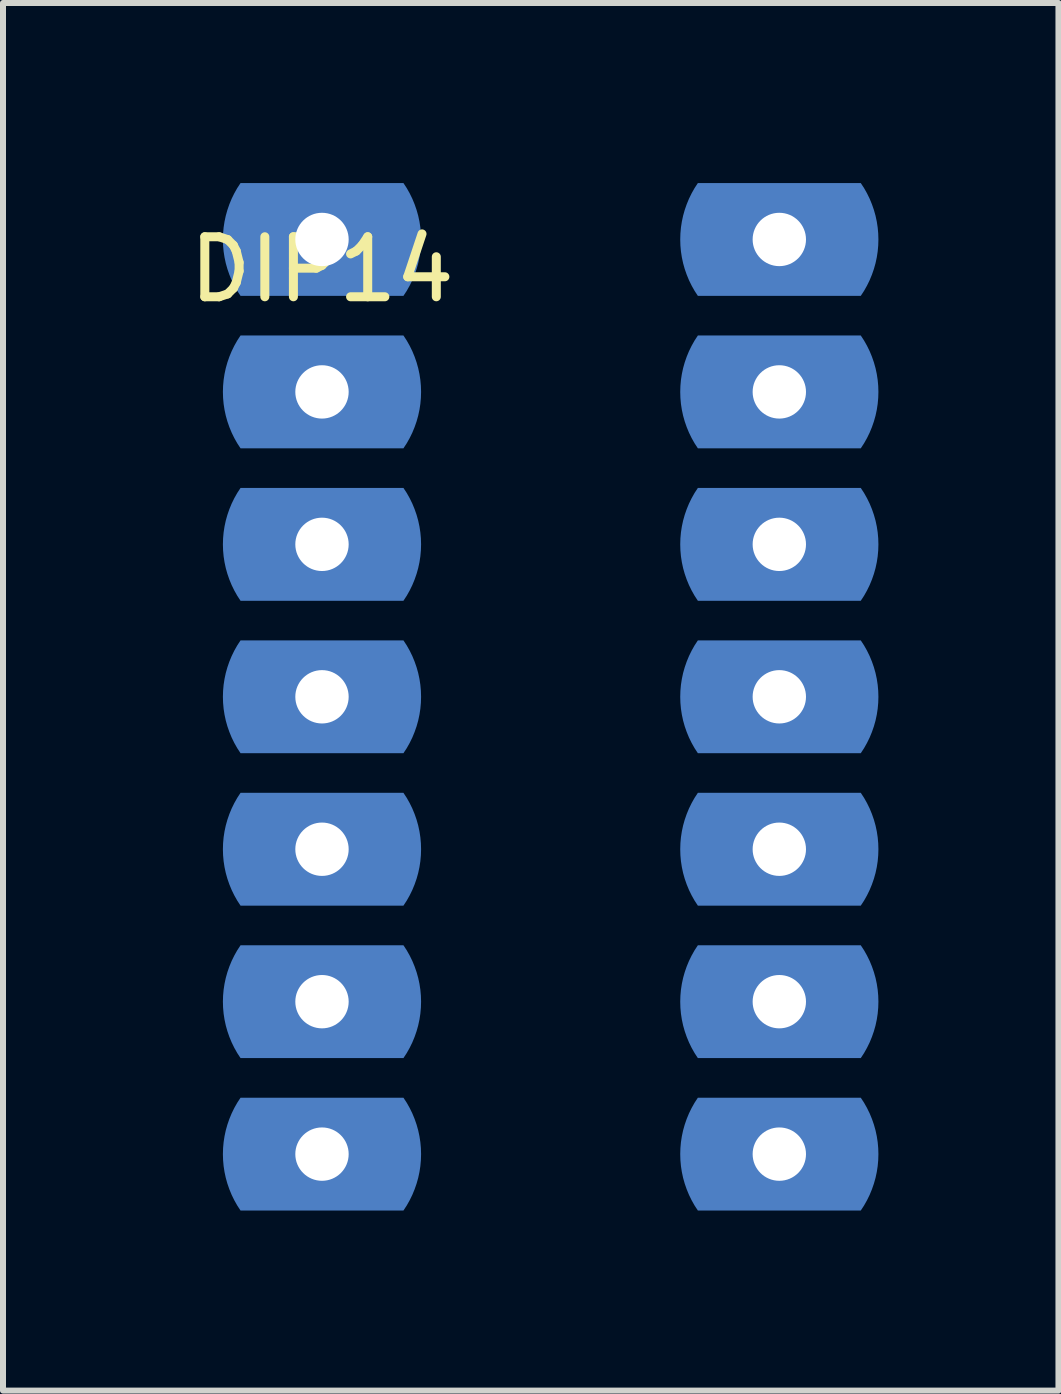
<source format=kicad_pcb>
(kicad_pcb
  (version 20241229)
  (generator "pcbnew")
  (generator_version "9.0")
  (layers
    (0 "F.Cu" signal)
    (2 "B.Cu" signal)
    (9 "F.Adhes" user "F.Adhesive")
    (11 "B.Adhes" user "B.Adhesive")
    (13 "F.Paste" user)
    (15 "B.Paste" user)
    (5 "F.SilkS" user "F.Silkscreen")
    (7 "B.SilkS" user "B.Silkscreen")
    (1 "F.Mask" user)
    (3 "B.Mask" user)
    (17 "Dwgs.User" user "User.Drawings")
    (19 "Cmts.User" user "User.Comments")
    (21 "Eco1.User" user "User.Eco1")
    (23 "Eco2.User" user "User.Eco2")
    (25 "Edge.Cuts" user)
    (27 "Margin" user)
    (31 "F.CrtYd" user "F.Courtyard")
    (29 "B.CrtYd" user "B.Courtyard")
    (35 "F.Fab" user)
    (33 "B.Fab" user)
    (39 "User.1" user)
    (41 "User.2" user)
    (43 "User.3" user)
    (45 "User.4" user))
  (footprint "DIP14"
    (layer "F.Cu")
    (at 2.315 0.94)
    (property "Reference" "DIP14" (at 0 0.5 0) (layer "F.SilkS") (effects (font (size 1 1) (thickness 0.15))))
    (attr through_hole)
    (pad "1" thru_hole custom (at 0 0) (size 1.829 1.321) (drill 0.889) (layers "*.Cu" "F.Mask") (options (anchor rect)) (primitives (gr_circle (center -0.914 0) (end -0.914 0.66) (width 0) (fill yes)) (gr_circle (center 0.914 0) (end 0.914 0.66) (width 0) (fill yes))))
    (pad "1" smd custom (at 0 0) (size 2.5 1.6) (layers "B.Cu" "B.Mask") (options (anchor rect)) (primitives (gr_poly (pts (xy -1.357 -0.94) (xy -1.412 -0.856) (xy -1.461 -0.769) (xy -1.505 -0.679) (xy -1.543 -0.587) (xy -1.576 -0.492) (xy -1.603 -0.396) (xy -1.624 -0.298) (xy -1.639 -0.2) (xy -1.648 -0.1) (xy -1.651 0) (xy -1.648 0.1) (xy -1.639 0.2) (xy -1.624 0.298) (xy -1.603 0.396) (xy -1.576 0.492) (xy -1.543 0.587) (xy -1.505 0.679) (xy -1.461 0.769) (xy -1.412 0.856) (xy -1.357 0.94) (xy 1.357 0.94) (xy 1.412 0.856) (xy 1.461 0.769) (xy 1.505 0.679) (xy 1.543 0.587) (xy 1.576 0.492) (xy 1.603 0.396) (xy 1.624 0.298) (xy 1.639 0.2) (xy 1.648 0.1) (xy 1.651 0) (xy 1.648 -0.1) (xy 1.639 -0.2) (xy 1.624 -0.298) (xy 1.603 -0.396) (xy 1.576 -0.492) (xy 1.543 -0.587) (xy 1.505 -0.679) (xy 1.461 -0.769) (xy 1.412 -0.856) (xy 1.357 -0.94)) (width 0) (fill yes))))
    (pad "2" thru_hole custom (at 0 2.54) (size 1.829 1.321) (drill 0.889) (layers "*.Cu" "F.Mask") (options (anchor rect)) (primitives (gr_circle (center -0.914 0) (end -0.914 0.66) (width 0) (fill yes)) (gr_circle (center 0.914 0) (end 0.914 0.66) (width 0) (fill yes))))
    (pad "2" smd custom (at 0 2.54) (size 2.5 1.6) (layers "B.Cu" "B.Mask") (options (anchor rect)) (primitives (gr_poly (pts (xy -1.357 -0.94) (xy -1.412 -0.856) (xy -1.461 -0.769) (xy -1.505 -0.679) (xy -1.543 -0.587) (xy -1.576 -0.492) (xy -1.603 -0.396) (xy -1.624 -0.298) (xy -1.639 -0.2) (xy -1.648 -0.1) (xy -1.651 0) (xy -1.648 0.1) (xy -1.639 0.2) (xy -1.624 0.298) (xy -1.603 0.396) (xy -1.576 0.492) (xy -1.543 0.587) (xy -1.505 0.679) (xy -1.461 0.769) (xy -1.412 0.856) (xy -1.357 0.94) (xy 1.357 0.94) (xy 1.412 0.856) (xy 1.461 0.769) (xy 1.505 0.679) (xy 1.543 0.587) (xy 1.576 0.492) (xy 1.603 0.396) (xy 1.624 0.298) (xy 1.639 0.2) (xy 1.648 0.1) (xy 1.651 0) (xy 1.648 -0.1) (xy 1.639 -0.2) (xy 1.624 -0.298) (xy 1.603 -0.396) (xy 1.576 -0.492) (xy 1.543 -0.587) (xy 1.505 -0.679) (xy 1.461 -0.769) (xy 1.412 -0.856) (xy 1.357 -0.94)) (width 0) (fill yes))))
    (pad "3" thru_hole custom (at 0 5.08) (size 1.829 1.321) (drill 0.889) (layers "*.Cu" "F.Mask") (options (anchor rect)) (primitives (gr_circle (center -0.914 0) (end -0.914 0.66) (width 0) (fill yes)) (gr_circle (center 0.914 0) (end 0.914 0.66) (width 0) (fill yes))))
    (pad "3" smd custom (at 0 5.08) (size 2.5 1.6) (layers "B.Cu" "B.Mask") (options (anchor rect)) (primitives (gr_poly (pts (xy -1.357 -0.94) (xy -1.412 -0.856) (xy -1.461 -0.769) (xy -1.505 -0.679) (xy -1.543 -0.587) (xy -1.576 -0.492) (xy -1.603 -0.396) (xy -1.624 -0.298) (xy -1.639 -0.2) (xy -1.648 -0.1) (xy -1.651 0) (xy -1.648 0.1) (xy -1.639 0.2) (xy -1.624 0.298) (xy -1.603 0.396) (xy -1.576 0.492) (xy -1.543 0.587) (xy -1.505 0.679) (xy -1.461 0.769) (xy -1.412 0.856) (xy -1.357 0.94) (xy 1.357 0.94) (xy 1.412 0.856) (xy 1.461 0.769) (xy 1.505 0.679) (xy 1.543 0.587) (xy 1.576 0.492) (xy 1.603 0.396) (xy 1.624 0.298) (xy 1.639 0.2) (xy 1.648 0.1) (xy 1.651 0) (xy 1.648 -0.1) (xy 1.639 -0.2) (xy 1.624 -0.298) (xy 1.603 -0.396) (xy 1.576 -0.492) (xy 1.543 -0.587) (xy 1.505 -0.679) (xy 1.461 -0.769) (xy 1.412 -0.856) (xy 1.357 -0.94)) (width 0) (fill yes))))
    (pad "4" thru_hole custom (at 0 7.62) (size 1.829 1.321) (drill 0.889) (layers "*.Cu" "F.Mask") (options (anchor rect)) (primitives (gr_circle (center -0.914 0) (end -0.914 0.66) (width 0) (fill yes)) (gr_circle (center 0.914 0) (end 0.914 0.66) (width 0) (fill yes))))
    (pad "4" smd custom (at 0 7.62) (size 2.5 1.6) (layers "B.Cu" "B.Mask") (options (anchor rect)) (primitives (gr_poly (pts (xy -1.357 -0.94) (xy -1.412 -0.856) (xy -1.461 -0.769) (xy -1.505 -0.679) (xy -1.543 -0.587) (xy -1.576 -0.492) (xy -1.603 -0.396) (xy -1.624 -0.298) (xy -1.639 -0.2) (xy -1.648 -0.1) (xy -1.651 0) (xy -1.648 0.1) (xy -1.639 0.2) (xy -1.624 0.298) (xy -1.603 0.396) (xy -1.576 0.492) (xy -1.543 0.587) (xy -1.505 0.679) (xy -1.461 0.769) (xy -1.412 0.856) (xy -1.357 0.94) (xy 1.357 0.94) (xy 1.412 0.856) (xy 1.461 0.769) (xy 1.505 0.679) (xy 1.543 0.587) (xy 1.576 0.492) (xy 1.603 0.396) (xy 1.624 0.298) (xy 1.639 0.2) (xy 1.648 0.1) (xy 1.651 0) (xy 1.648 -0.1) (xy 1.639 -0.2) (xy 1.624 -0.298) (xy 1.603 -0.396) (xy 1.576 -0.492) (xy 1.543 -0.587) (xy 1.505 -0.679) (xy 1.461 -0.769) (xy 1.412 -0.856) (xy 1.357 -0.94)) (width 0) (fill yes))))
    (pad "5" thru_hole custom (at 0 10.16) (size 1.829 1.321) (drill 0.889) (layers "*.Cu" "F.Mask") (options (anchor rect)) (primitives (gr_circle (center -0.914 0) (end -0.914 0.66) (width 0) (fill yes)) (gr_circle (center 0.914 0) (end 0.914 0.66) (width 0) (fill yes))))
    (pad "5" smd custom (at 0 10.16) (size 2.5 1.6) (layers "B.Cu" "B.Mask") (options (anchor rect)) (primitives (gr_poly (pts (xy -1.357 -0.94) (xy -1.412 -0.856) (xy -1.461 -0.769) (xy -1.505 -0.679) (xy -1.543 -0.587) (xy -1.576 -0.492) (xy -1.603 -0.396) (xy -1.624 -0.298) (xy -1.639 -0.2) (xy -1.648 -0.1) (xy -1.651 0) (xy -1.648 0.1) (xy -1.639 0.2) (xy -1.624 0.298) (xy -1.603 0.396) (xy -1.576 0.492) (xy -1.543 0.587) (xy -1.505 0.679) (xy -1.461 0.769) (xy -1.412 0.856) (xy -1.357 0.94) (xy 1.357 0.94) (xy 1.412 0.856) (xy 1.461 0.769) (xy 1.505 0.679) (xy 1.543 0.587) (xy 1.576 0.492) (xy 1.603 0.396) (xy 1.624 0.298) (xy 1.639 0.2) (xy 1.648 0.1) (xy 1.651 0) (xy 1.648 -0.1) (xy 1.639 -0.2) (xy 1.624 -0.298) (xy 1.603 -0.396) (xy 1.576 -0.492) (xy 1.543 -0.587) (xy 1.505 -0.679) (xy 1.461 -0.769) (xy 1.412 -0.856) (xy 1.357 -0.94)) (width 0) (fill yes))))
    (pad "6" thru_hole custom (at 0 12.7) (size 1.829 1.321) (drill 0.889) (layers "*.Cu" "F.Mask") (options (anchor rect)) (primitives (gr_circle (center -0.914 0) (end -0.914 0.66) (width 0) (fill yes)) (gr_circle (center 0.914 0) (end 0.914 0.66) (width 0) (fill yes))))
    (pad "6" smd custom (at 0 12.7) (size 2.5 1.6) (layers "B.Cu" "B.Mask") (options (anchor rect)) (primitives (gr_poly (pts (xy -1.357 -0.94) (xy -1.412 -0.856) (xy -1.461 -0.769) (xy -1.505 -0.679) (xy -1.543 -0.587) (xy -1.576 -0.492) (xy -1.603 -0.396) (xy -1.624 -0.298) (xy -1.639 -0.2) (xy -1.648 -0.1) (xy -1.651 0) (xy -1.648 0.1) (xy -1.639 0.2) (xy -1.624 0.298) (xy -1.603 0.396) (xy -1.576 0.492) (xy -1.543 0.587) (xy -1.505 0.679) (xy -1.461 0.769) (xy -1.412 0.856) (xy -1.357 0.94) (xy 1.357 0.94) (xy 1.412 0.856) (xy 1.461 0.769) (xy 1.505 0.679) (xy 1.543 0.587) (xy 1.576 0.492) (xy 1.603 0.396) (xy 1.624 0.298) (xy 1.639 0.2) (xy 1.648 0.1) (xy 1.651 0) (xy 1.648 -0.1) (xy 1.639 -0.2) (xy 1.624 -0.298) (xy 1.603 -0.396) (xy 1.576 -0.492) (xy 1.543 -0.587) (xy 1.505 -0.679) (xy 1.461 -0.769) (xy 1.412 -0.856) (xy 1.357 -0.94)) (width 0) (fill yes))))
    (pad "7" thru_hole custom (at 0 15.24) (size 1.829 1.321) (drill 0.889) (layers "*.Cu" "F.Mask") (options (anchor rect)) (primitives (gr_circle (center -0.914 0) (end -0.914 0.66) (width 0) (fill yes)) (gr_circle (center 0.914 0) (end 0.914 0.66) (width 0) (fill yes))))
    (pad "7" smd custom (at 0 15.24) (size 2.5 1.6) (layers "B.Cu" "B.Mask") (options (anchor rect)) (primitives (gr_poly (pts (xy -1.357 -0.94) (xy -1.412 -0.856) (xy -1.461 -0.769) (xy -1.505 -0.679) (xy -1.543 -0.587) (xy -1.576 -0.492) (xy -1.603 -0.396) (xy -1.624 -0.298) (xy -1.639 -0.2) (xy -1.648 -0.1) (xy -1.651 0) (xy -1.648 0.1) (xy -1.639 0.2) (xy -1.624 0.298) (xy -1.603 0.396) (xy -1.576 0.492) (xy -1.543 0.587) (xy -1.505 0.679) (xy -1.461 0.769) (xy -1.412 0.856) (xy -1.357 0.94) (xy 1.357 0.94) (xy 1.412 0.856) (xy 1.461 0.769) (xy 1.505 0.679) (xy 1.543 0.587) (xy 1.576 0.492) (xy 1.603 0.396) (xy 1.624 0.298) (xy 1.639 0.2) (xy 1.648 0.1) (xy 1.651 0) (xy 1.648 -0.1) (xy 1.639 -0.2) (xy 1.624 -0.298) (xy 1.603 -0.396) (xy 1.576 -0.492) (xy 1.543 -0.587) (xy 1.505 -0.679) (xy 1.461 -0.769) (xy 1.412 -0.856) (xy 1.357 -0.94)) (width 0) (fill yes))))
    (pad "8" thru_hole custom (at 7.62 15.24) (size 1.829 1.321) (drill 0.889) (layers "*.Cu" "F.Mask") (options (anchor rect)) (primitives (gr_circle (center -0.914 0) (end -0.914 0.66) (width 0) (fill yes)) (gr_circle (center 0.914 0) (end 0.914 0.66) (width 0) (fill yes))))
    (pad "8" smd custom (at 7.62 15.24) (size 2.5 1.6) (layers "B.Cu" "B.Mask") (options (anchor rect)) (primitives (gr_poly (pts (xy -1.357 -0.94) (xy -1.412 -0.856) (xy -1.461 -0.769) (xy -1.505 -0.679) (xy -1.543 -0.587) (xy -1.576 -0.492) (xy -1.603 -0.396) (xy -1.624 -0.298) (xy -1.639 -0.2) (xy -1.648 -0.1) (xy -1.651 0) (xy -1.648 0.1) (xy -1.639 0.2) (xy -1.624 0.298) (xy -1.603 0.396) (xy -1.576 0.492) (xy -1.543 0.587) (xy -1.505 0.679) (xy -1.461 0.769) (xy -1.412 0.856) (xy -1.357 0.94) (xy 1.357 0.94) (xy 1.412 0.856) (xy 1.461 0.769) (xy 1.505 0.679) (xy 1.543 0.587) (xy 1.576 0.492) (xy 1.603 0.396) (xy 1.624 0.298) (xy 1.639 0.2) (xy 1.648 0.1) (xy 1.651 0) (xy 1.648 -0.1) (xy 1.639 -0.2) (xy 1.624 -0.298) (xy 1.603 -0.396) (xy 1.576 -0.492) (xy 1.543 -0.587) (xy 1.505 -0.679) (xy 1.461 -0.769) (xy 1.412 -0.856) (xy 1.357 -0.94)) (width 0) (fill yes))))
    (pad "9" thru_hole custom (at 7.62 12.7) (size 1.829 1.321) (drill 0.889) (layers "*.Cu" "F.Mask") (options (anchor rect)) (primitives (gr_circle (center -0.914 0) (end -0.914 0.66) (width 0) (fill yes)) (gr_circle (center 0.914 0) (end 0.914 0.66) (width 0) (fill yes))))
    (pad "9" smd custom (at 7.62 12.7) (size 2.5 1.6) (layers "B.Cu" "B.Mask") (options (anchor rect)) (primitives (gr_poly (pts (xy -1.357 -0.94) (xy -1.412 -0.856) (xy -1.461 -0.769) (xy -1.505 -0.679) (xy -1.543 -0.587) (xy -1.576 -0.492) (xy -1.603 -0.396) (xy -1.624 -0.298) (xy -1.639 -0.2) (xy -1.648 -0.1) (xy -1.651 0) (xy -1.648 0.1) (xy -1.639 0.2) (xy -1.624 0.298) (xy -1.603 0.396) (xy -1.576 0.492) (xy -1.543 0.587) (xy -1.505 0.679) (xy -1.461 0.769) (xy -1.412 0.856) (xy -1.357 0.94) (xy 1.357 0.94) (xy 1.412 0.856) (xy 1.461 0.769) (xy 1.505 0.679) (xy 1.543 0.587) (xy 1.576 0.492) (xy 1.603 0.396) (xy 1.624 0.298) (xy 1.639 0.2) (xy 1.648 0.1) (xy 1.651 0) (xy 1.648 -0.1) (xy 1.639 -0.2) (xy 1.624 -0.298) (xy 1.603 -0.396) (xy 1.576 -0.492) (xy 1.543 -0.587) (xy 1.505 -0.679) (xy 1.461 -0.769) (xy 1.412 -0.856) (xy 1.357 -0.94)) (width 0) (fill yes))))
    (pad "10" thru_hole custom (at 7.62 10.16) (size 1.829 1.321) (drill 0.889) (layers "*.Cu" "F.Mask") (options (anchor rect)) (primitives (gr_circle (center -0.914 0) (end -0.914 0.66) (width 0) (fill yes)) (gr_circle (center 0.914 0) (end 0.914 0.66) (width 0) (fill yes))))
    (pad "10" smd custom (at 7.62 10.16) (size 2.5 1.6) (layers "B.Cu" "B.Mask") (options (anchor rect)) (primitives (gr_poly (pts (xy -1.357 -0.94) (xy -1.412 -0.856) (xy -1.461 -0.769) (xy -1.505 -0.679) (xy -1.543 -0.587) (xy -1.576 -0.492) (xy -1.603 -0.396) (xy -1.624 -0.298) (xy -1.639 -0.2) (xy -1.648 -0.1) (xy -1.651 0) (xy -1.648 0.1) (xy -1.639 0.2) (xy -1.624 0.298) (xy -1.603 0.396) (xy -1.576 0.492) (xy -1.543 0.587) (xy -1.505 0.679) (xy -1.461 0.769) (xy -1.412 0.856) (xy -1.357 0.94) (xy 1.357 0.94) (xy 1.412 0.856) (xy 1.461 0.769) (xy 1.505 0.679) (xy 1.543 0.587) (xy 1.576 0.492) (xy 1.603 0.396) (xy 1.624 0.298) (xy 1.639 0.2) (xy 1.648 0.1) (xy 1.651 0) (xy 1.648 -0.1) (xy 1.639 -0.2) (xy 1.624 -0.298) (xy 1.603 -0.396) (xy 1.576 -0.492) (xy 1.543 -0.587) (xy 1.505 -0.679) (xy 1.461 -0.769) (xy 1.412 -0.856) (xy 1.357 -0.94)) (width 0) (fill yes))))
    (pad "11" thru_hole custom (at 7.62 7.62) (size 1.829 1.321) (drill 0.889) (layers "*.Cu" "F.Mask") (options (anchor rect)) (primitives (gr_circle (center -0.914 0) (end -0.914 0.66) (width 0) (fill yes)) (gr_circle (center 0.914 0) (end 0.914 0.66) (width 0) (fill yes))))
    (pad "11" smd custom (at 7.62 7.62) (size 2.5 1.6) (layers "B.Cu" "B.Mask") (options (anchor rect)) (primitives (gr_poly (pts (xy -1.357 -0.94) (xy -1.412 -0.856) (xy -1.461 -0.769) (xy -1.505 -0.679) (xy -1.543 -0.587) (xy -1.576 -0.492) (xy -1.603 -0.396) (xy -1.624 -0.298) (xy -1.639 -0.2) (xy -1.648 -0.1) (xy -1.651 0) (xy -1.648 0.1) (xy -1.639 0.2) (xy -1.624 0.298) (xy -1.603 0.396) (xy -1.576 0.492) (xy -1.543 0.587) (xy -1.505 0.679) (xy -1.461 0.769) (xy -1.412 0.856) (xy -1.357 0.94) (xy 1.357 0.94) (xy 1.412 0.856) (xy 1.461 0.769) (xy 1.505 0.679) (xy 1.543 0.587) (xy 1.576 0.492) (xy 1.603 0.396) (xy 1.624 0.298) (xy 1.639 0.2) (xy 1.648 0.1) (xy 1.651 0) (xy 1.648 -0.1) (xy 1.639 -0.2) (xy 1.624 -0.298) (xy 1.603 -0.396) (xy 1.576 -0.492) (xy 1.543 -0.587) (xy 1.505 -0.679) (xy 1.461 -0.769) (xy 1.412 -0.856) (xy 1.357 -0.94)) (width 0) (fill yes))))
    (pad "12" thru_hole custom (at 7.62 5.08) (size 1.829 1.321) (drill 0.889) (layers "*.Cu" "F.Mask") (options (anchor rect)) (primitives (gr_circle (center -0.914 0) (end -0.914 0.66) (width 0) (fill yes)) (gr_circle (center 0.914 0) (end 0.914 0.66) (width 0) (fill yes))))
    (pad "12" smd custom (at 7.62 5.08) (size 2.5 1.6) (layers "B.Cu" "B.Mask") (options (anchor rect)) (primitives (gr_poly (pts (xy -1.357 -0.94) (xy -1.412 -0.856) (xy -1.461 -0.769) (xy -1.505 -0.679) (xy -1.543 -0.587) (xy -1.576 -0.492) (xy -1.603 -0.396) (xy -1.624 -0.298) (xy -1.639 -0.2) (xy -1.648 -0.1) (xy -1.651 0) (xy -1.648 0.1) (xy -1.639 0.2) (xy -1.624 0.298) (xy -1.603 0.396) (xy -1.576 0.492) (xy -1.543 0.587) (xy -1.505 0.679) (xy -1.461 0.769) (xy -1.412 0.856) (xy -1.357 0.94) (xy 1.357 0.94) (xy 1.412 0.856) (xy 1.461 0.769) (xy 1.505 0.679) (xy 1.543 0.587) (xy 1.576 0.492) (xy 1.603 0.396) (xy 1.624 0.298) (xy 1.639 0.2) (xy 1.648 0.1) (xy 1.651 0) (xy 1.648 -0.1) (xy 1.639 -0.2) (xy 1.624 -0.298) (xy 1.603 -0.396) (xy 1.576 -0.492) (xy 1.543 -0.587) (xy 1.505 -0.679) (xy 1.461 -0.769) (xy 1.412 -0.856) (xy 1.357 -0.94)) (width 0) (fill yes))))
    (pad "13" thru_hole custom (at 7.62 2.54) (size 1.829 1.321) (drill 0.889) (layers "*.Cu" "F.Mask") (options (anchor rect)) (primitives (gr_circle (center -0.914 0) (end -0.914 0.66) (width 0) (fill yes)) (gr_circle (center 0.914 0) (end 0.914 0.66) (width 0) (fill yes))))
    (pad "13" smd custom (at 7.62 2.54) (size 2.5 1.6) (layers "B.Cu" "B.Mask") (options (anchor rect)) (primitives (gr_poly (pts (xy -1.357 -0.94) (xy -1.412 -0.856) (xy -1.461 -0.769) (xy -1.505 -0.679) (xy -1.543 -0.587) (xy -1.576 -0.492) (xy -1.603 -0.396) (xy -1.624 -0.298) (xy -1.639 -0.2) (xy -1.648 -0.1) (xy -1.651 0) (xy -1.648 0.1) (xy -1.639 0.2) (xy -1.624 0.298) (xy -1.603 0.396) (xy -1.576 0.492) (xy -1.543 0.587) (xy -1.505 0.679) (xy -1.461 0.769) (xy -1.412 0.856) (xy -1.357 0.94) (xy 1.357 0.94) (xy 1.412 0.856) (xy 1.461 0.769) (xy 1.505 0.679) (xy 1.543 0.587) (xy 1.576 0.492) (xy 1.603 0.396) (xy 1.624 0.298) (xy 1.639 0.2) (xy 1.648 0.1) (xy 1.651 0) (xy 1.648 -0.1) (xy 1.639 -0.2) (xy 1.624 -0.298) (xy 1.603 -0.396) (xy 1.576 -0.492) (xy 1.543 -0.587) (xy 1.505 -0.679) (xy 1.461 -0.769) (xy 1.412 -0.856) (xy 1.357 -0.94)) (width 0) (fill yes))))
    (pad "14" thru_hole custom (at 7.62 0) (size 1.829 1.321) (drill 0.889) (layers "*.Cu" "F.Mask") (options (anchor rect)) (primitives (gr_circle (center -0.914 0) (end -0.914 0.66) (width 0) (fill yes)) (gr_circle (center 0.914 0) (end 0.914 0.66) (width 0) (fill yes))))
    (pad "14" smd custom (at 7.62 0) (size 2.5 1.6) (layers "B.Cu" "B.Mask") (options (anchor rect)) (primitives (gr_poly (pts (xy -1.357 -0.94) (xy -1.412 -0.856) (xy -1.461 -0.769) (xy -1.505 -0.679) (xy -1.543 -0.587) (xy -1.576 -0.492) (xy -1.603 -0.396) (xy -1.624 -0.298) (xy -1.639 -0.2) (xy -1.648 -0.1) (xy -1.651 0) (xy -1.648 0.1) (xy -1.639 0.2) (xy -1.624 0.298) (xy -1.603 0.396) (xy -1.576 0.492) (xy -1.543 0.587) (xy -1.505 0.679) (xy -1.461 0.769) (xy -1.412 0.856) (xy -1.357 0.94) (xy 1.357 0.94) (xy 1.412 0.856) (xy 1.461 0.769) (xy 1.505 0.679) (xy 1.543 0.587) (xy 1.576 0.492) (xy 1.603 0.396) (xy 1.624 0.298) (xy 1.639 0.2) (xy 1.648 0.1) (xy 1.651 0) (xy 1.648 -0.1) (xy 1.639 -0.2) (xy 1.624 -0.298) (xy 1.603 -0.396) (xy 1.576 -0.492) (xy 1.543 -0.587) (xy 1.505 -0.679) (xy 1.461 -0.769) (xy 1.412 -0.856) (xy 1.357 -0.94)) (width 0) (fill yes)))))
  (gr_rect
    (start -3 -3)
    (end 14.586 20.12)
    (stroke (width 0.1) (type default))
    (fill no)
    (layer "Edge.Cuts")))
</source>
